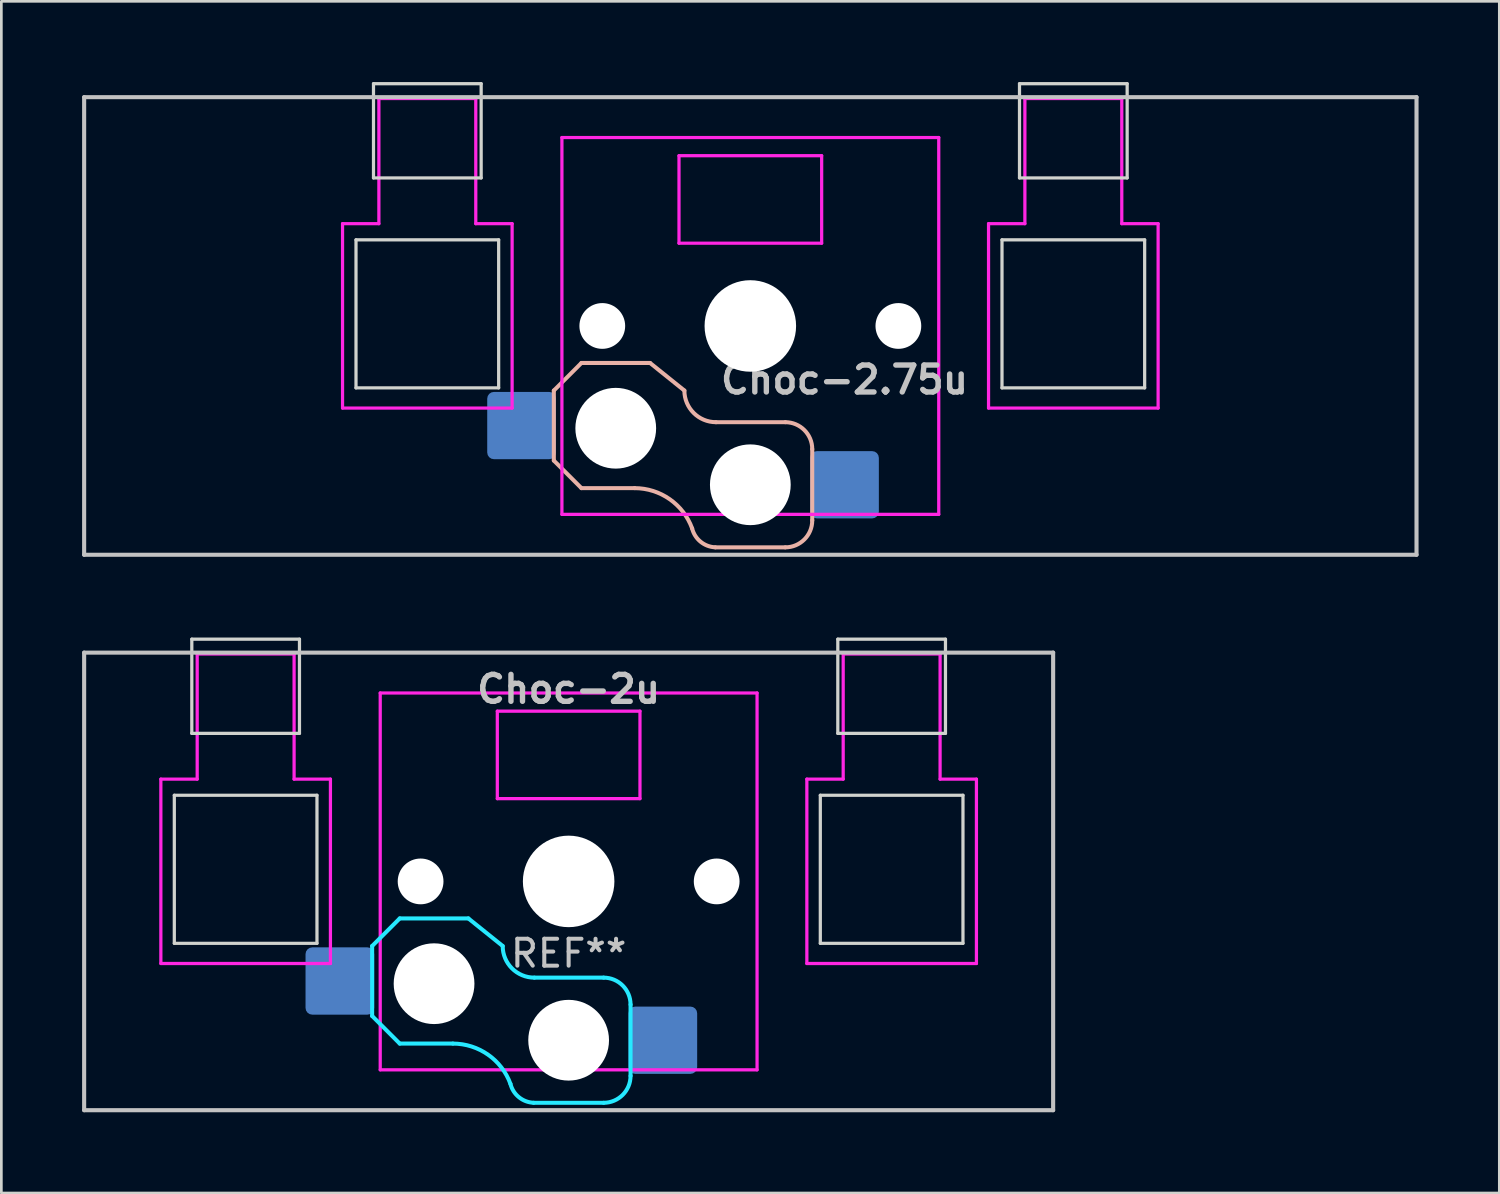
<source format=kicad_pcb>
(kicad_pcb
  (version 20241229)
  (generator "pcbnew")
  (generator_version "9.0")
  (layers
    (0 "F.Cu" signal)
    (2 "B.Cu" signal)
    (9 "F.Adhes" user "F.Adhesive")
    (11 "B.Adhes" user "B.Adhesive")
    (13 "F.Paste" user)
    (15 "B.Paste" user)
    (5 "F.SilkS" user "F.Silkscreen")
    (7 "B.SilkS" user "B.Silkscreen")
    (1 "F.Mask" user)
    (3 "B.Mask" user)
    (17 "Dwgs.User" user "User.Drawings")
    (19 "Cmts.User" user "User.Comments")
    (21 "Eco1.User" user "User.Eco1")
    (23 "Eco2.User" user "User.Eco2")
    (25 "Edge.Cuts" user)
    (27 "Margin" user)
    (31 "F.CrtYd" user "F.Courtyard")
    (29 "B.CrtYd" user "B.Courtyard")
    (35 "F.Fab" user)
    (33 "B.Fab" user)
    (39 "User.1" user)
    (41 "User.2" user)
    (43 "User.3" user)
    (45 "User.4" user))
  (footprint "Choc-2u"
    (layer "F.Cu")
    (at 18.076 29.696)
    (property "Reference" "Choc-2u" (at 0 -7.144 180) (layer "Dwgs.User") (effects (font (size 1 1) (thickness 0.2))))
    (attr through_hole)
    (fp_line (start -18 -8.5) (end 18 -8.5) (stroke (width 0.152) (type solid)) (layer "Dwgs.User"))
    (fp_line (start -18 8.5) (end -18 -8.5) (stroke (width 0.152) (type solid)) (layer "Dwgs.User"))
    (fp_line (start 18 -8.5) (end 18 8.5) (stroke (width 0.152) (type solid)) (layer "Dwgs.User"))
    (fp_line (start 18 8.5) (end -18 8.5) (stroke (width 0.152) (type solid)) (layer "Dwgs.User"))
    (fp_line (start -14.65 -3.2) (end -14.65 2.3) (stroke (width 0.12) (type solid)) (layer "Edge.Cuts"))
    (fp_line (start -14.65 -3.2) (end -9.35 -3.2) (stroke (width 0.12) (type solid)) (layer "Edge.Cuts"))
    (fp_line (start -14.65 2.3) (end -9.35 2.3) (stroke (width 0.12) (type solid)) (layer "Edge.Cuts"))
    (fp_line (start -14 -9) (end -14 -5.5) (stroke (width 0.12) (type solid)) (layer "Edge.Cuts"))
    (fp_line (start -14 -9) (end -10 -9) (stroke (width 0.12) (type solid)) (layer "Edge.Cuts"))
    (fp_line (start -14 -5.5) (end -10 -5.5) (stroke (width 0.12) (type solid)) (layer "Edge.Cuts"))
    (fp_line (start -10 -5.5) (end -10 -9) (stroke (width 0.12) (type solid)) (layer "Edge.Cuts"))
    (fp_line (start -9.35 2.3) (end -9.35 -3.2) (stroke (width 0.12) (type solid)) (layer "Edge.Cuts"))
    (fp_line (start 9.35 -3.2) (end 9.35 2.3) (stroke (width 0.12) (type solid)) (layer "Edge.Cuts"))
    (fp_line (start 9.35 -3.2) (end 14.65 -3.2) (stroke (width 0.12) (type solid)) (layer "Edge.Cuts"))
    (fp_line (start 9.35 2.3) (end 14.65 2.3) (stroke (width 0.12) (type solid)) (layer "Edge.Cuts"))
    (fp_line (start 10 -9) (end 10 -5.5) (stroke (width 0.12) (type solid)) (layer "Edge.Cuts"))
    (fp_line (start 10 -9) (end 14 -9) (stroke (width 0.12) (type solid)) (layer "Edge.Cuts"))
    (fp_line (start 10 -5.5) (end 14 -5.5) (stroke (width 0.12) (type solid)) (layer "Edge.Cuts"))
    (fp_line (start 14 -5.5) (end 14 -9) (stroke (width 0.12) (type solid)) (layer "Edge.Cuts"))
    (fp_line (start 14.65 2.3) (end 14.65 -3.2) (stroke (width 0.12) (type solid)) (layer "Edge.Cuts"))
    (fp_line (start -7.3 2.4) (end -7.3 5) (stroke (width 0.15) (type solid)) (layer "B.CrtYd"))
    (fp_line (start -7.3 2.4) (end -6.275 1.375) (stroke (width 0.15) (type solid)) (layer "B.CrtYd"))
    (fp_line (start -7.3 5) (end -6.275 6.025) (stroke (width 0.15) (type solid)) (layer "B.CrtYd"))
    (fp_line (start -4.3 6.025) (end -6.275 6.025) (stroke (width 0.15) (type solid)) (layer "B.CrtYd"))
    (fp_line (start -3.725 1.375) (end -6.275 1.375) (stroke (width 0.15) (type solid)) (layer "B.CrtYd"))
    (fp_line (start -3.725 1.375) (end -2.45 2.4) (stroke (width 0.15) (type solid)) (layer "B.CrtYd"))
    (fp_line (start 1.3 3.575) (end -1.275 3.575) (stroke (width 0.15) (type solid)) (layer "B.CrtYd"))
    (fp_line (start 1.3 8.225) (end -1.3 8.225) (stroke (width 0.15) (type solid)) (layer "B.CrtYd"))
    (fp_line (start 2.3 4.575) (end 2.3 7.225) (stroke (width 0.15) (type solid)) (layer "B.CrtYd"))
    (fp_arc (start -4.3 6.025) (mid -2.995114 6.436429) (end -2.162199 7.521904) (stroke (width 0.15) (type solid)) (layer "B.CrtYd"))
    (fp_arc (start -1.300995 8.223791) (mid -1.848284 8.016021) (end -2.162199 7.521904) (stroke (width 0.15) (type solid)) (layer "B.CrtYd"))
    (fp_arc (start -1.275 3.575) (mid -2.10585 3.23085) (end -2.45 2.4) (stroke (width 0.15) (type solid)) (layer "B.CrtYd"))
    (fp_arc (start 1.3 3.575) (mid 2.007107 3.867893) (end 2.3 4.575) (stroke (width 0.15) (type solid)) (layer "B.CrtYd"))
    (fp_arc (start 2.3 7.225) (mid 2.007107 7.932107) (end 1.3 8.225) (stroke (width 0.15) (type solid)) (layer "B.CrtYd"))
    (fp_line (start -15.15 -3.8) (end -13.8 -3.8) (stroke (width 0.12) (type solid)) (layer "F.CrtYd"))
    (fp_line (start -15.15 3.05) (end -15.15 -3.8) (stroke (width 0.12) (type solid)) (layer "F.CrtYd"))
    (fp_line (start -15.15 3.05) (end -8.85 3.05) (stroke (width 0.12) (type solid)) (layer "F.CrtYd"))
    (fp_line (start -13.8 -8.45) (end -13.8 -3.8) (stroke (width 0.12) (type solid)) (layer "F.CrtYd"))
    (fp_line (start -13.8 -8.45) (end -10.2 -8.45) (stroke (width 0.12) (type solid)) (layer "F.CrtYd"))
    (fp_line (start -10.2 -8.45) (end -10.2 -3.8) (stroke (width 0.12) (type solid)) (layer "F.CrtYd"))
    (fp_line (start -10.2 -3.8) (end -8.85 -3.8) (stroke (width 0.12) (type solid)) (layer "F.CrtYd"))
    (fp_line (start -8.85 3.05) (end -8.85 -3.8) (stroke (width 0.12) (type solid)) (layer "F.CrtYd"))
    (fp_line (start -7 -7) (end -7 7) (stroke (width 0.12) (type solid)) (layer "F.CrtYd"))
    (fp_line (start -7 7) (end 7 7) (stroke (width 0.12) (type solid)) (layer "F.CrtYd"))
    (fp_line (start -2.65 -6.325) (end 2.65 -6.325) (stroke (width 0.12) (type solid)) (layer "F.CrtYd"))
    (fp_line (start -2.65 -3.075) (end -2.65 -6.325) (stroke (width 0.12) (type solid)) (layer "F.CrtYd"))
    (fp_line (start 2.65 -6.325) (end 2.65 -3.075) (stroke (width 0.12) (type solid)) (layer "F.CrtYd"))
    (fp_line (start 2.65 -3.075) (end -2.65 -3.075) (stroke (width 0.12) (type solid)) (layer "F.CrtYd"))
    (fp_line (start 7 -7) (end -7 -7) (stroke (width 0.12) (type solid)) (layer "F.CrtYd"))
    (fp_line (start 7 7) (end 7 -7) (stroke (width 0.12) (type solid)) (layer "F.CrtYd"))
    (fp_line (start 8.85 -3.8) (end 10.2 -3.8) (stroke (width 0.12) (type solid)) (layer "F.CrtYd"))
    (fp_line (start 8.85 3.05) (end 8.85 -3.8) (stroke (width 0.12) (type solid)) (layer "F.CrtYd"))
    (fp_line (start 8.85 3.05) (end 15.15 3.05) (stroke (width 0.12) (type solid)) (layer "F.CrtYd"))
    (fp_line (start 10.2 -8.45) (end 10.2 -3.8) (stroke (width 0.12) (type solid)) (layer "F.CrtYd"))
    (fp_line (start 10.2 -8.45) (end 13.8 -8.45) (stroke (width 0.12) (type solid)) (layer "F.CrtYd"))
    (fp_line (start 13.8 -8.45) (end 13.8 -3.8) (stroke (width 0.12) (type solid)) (layer "F.CrtYd"))
    (fp_line (start 13.8 -3.8) (end 15.15 -3.8) (stroke (width 0.12) (type solid)) (layer "F.CrtYd"))
    (fp_line (start 15.15 3.05) (end 15.15 -3.8) (stroke (width 0.12) (type solid)) (layer "F.CrtYd"))
    (fp_text user "REF**" (at 0 2.675 0) (layer "Dwgs.User") (effects (font (size 1 1) (thickness 0.15))))
    (pad "" np_thru_hole circle (at -5.5 0 180) (size 1.7 1.7) (drill 1.7) (layers "*.Cu" "*.Mask"))
    (pad "" np_thru_hole circle (at -5 3.8 90) (size 3 3) (drill 3) (layers "*.Cu" "*.Mask"))
    (pad "" np_thru_hole circle (at 0 0 90) (size 3.4 3.4) (drill 3.4) (layers "*.Cu" "*.Mask"))
    (pad "" np_thru_hole circle (at 0 5.9 90) (size 3 3) (drill 3) (layers "*.Cu" "*.Mask"))
    (pad "" np_thru_hole circle (at 5.5 0 180) (size 1.7 1.7) (drill 1.7) (layers "*.Cu" "*.Mask"))
    (pad "1" smd roundrect (at -8.5 3.7) (size 2.55 2.5) (layers "B.Cu" "B.Mask" "B.Paste") (roundrect_rratio 0.1))
    (pad "2" smd roundrect (at 3.5 5.9) (size 2.55 2.5) (layers "B.Cu" "B.Mask" "B.Paste") (roundrect_rratio 0.1)))
  (footprint "Choc-2.75u"
    (layer "F.Cu")
    (at 24.826 9.06)
    (property "Reference" "Choc-2.75u" (at 3.5 2 180) (layer "Dwgs.User") (effects (font (size 1 1) (thickness 0.2))))
    (attr through_hole)
    (fp_line (start -7.3 2.4) (end -7.3 5) (stroke (width 0.15) (type solid)) (layer "B.SilkS"))
    (fp_line (start -7.3 2.4) (end -6.275 1.375) (stroke (width 0.15) (type solid)) (layer "B.SilkS"))
    (fp_line (start -7.3 5) (end -6.275 6.025) (stroke (width 0.15) (type solid)) (layer "B.SilkS"))
    (fp_line (start -4.3 6.025) (end -6.275 6.025) (stroke (width 0.15) (type solid)) (layer "B.SilkS"))
    (fp_line (start -3.725 1.375) (end -6.275 1.375) (stroke (width 0.15) (type solid)) (layer "B.SilkS"))
    (fp_line (start -3.725 1.375) (end -2.45 2.4) (stroke (width 0.15) (type solid)) (layer "B.SilkS"))
    (fp_line (start 1.3 3.575) (end -1.275 3.575) (stroke (width 0.15) (type solid)) (layer "B.SilkS"))
    (fp_line (start 1.3 8.225) (end -1.3 8.225) (stroke (width 0.15) (type solid)) (layer "B.SilkS"))
    (fp_line (start 2.3 4.575) (end 2.3 7.225) (stroke (width 0.15) (type solid)) (layer "B.SilkS"))
    (fp_arc (start -4.3 6.025) (mid -2.995114 6.436429) (end -2.162199 7.521904) (stroke (width 0.15) (type solid)) (layer "B.SilkS"))
    (fp_arc (start -1.300995 8.223791) (mid -1.848284 8.016021) (end -2.162199 7.521904) (stroke (width 0.15) (type solid)) (layer "B.SilkS"))
    (fp_arc (start -1.275 3.575) (mid -2.10585 3.23085) (end -2.45 2.4) (stroke (width 0.15) (type solid)) (layer "B.SilkS"))
    (fp_arc (start 1.3 3.575) (mid 2.007107 3.867893) (end 2.3 4.575) (stroke (width 0.15) (type solid)) (layer "B.SilkS"))
    (fp_arc (start 2.3 7.225) (mid 2.007107 7.932107) (end 1.3 8.225) (stroke (width 0.15) (type solid)) (layer "B.SilkS"))
    (fp_line (start -24.75 -8.5) (end 24.75 -8.5) (stroke (width 0.152) (type solid)) (layer "Dwgs.User"))
    (fp_line (start -24.75 8.5) (end -24.75 -8.5) (stroke (width 0.152) (type solid)) (layer "Dwgs.User"))
    (fp_line (start 24.75 -8.5) (end 24.75 8.5) (stroke (width 0.152) (type solid)) (layer "Dwgs.User"))
    (fp_line (start 24.75 8.5) (end -24.75 8.5) (stroke (width 0.152) (type solid)) (layer "Dwgs.User"))
    (fp_line (start -14.65 -3.2) (end -14.65 2.3) (stroke (width 0.12) (type solid)) (layer "Edge.Cuts"))
    (fp_line (start -14.65 -3.2) (end -9.35 -3.2) (stroke (width 0.12) (type solid)) (layer "Edge.Cuts"))
    (fp_line (start -14.65 2.3) (end -9.35 2.3) (stroke (width 0.12) (type solid)) (layer "Edge.Cuts"))
    (fp_line (start -14 -9) (end -14 -5.5) (stroke (width 0.12) (type solid)) (layer "Edge.Cuts"))
    (fp_line (start -14 -9) (end -10 -9) (stroke (width 0.12) (type solid)) (layer "Edge.Cuts"))
    (fp_line (start -14 -5.5) (end -10 -5.5) (stroke (width 0.12) (type solid)) (layer "Edge.Cuts"))
    (fp_line (start -10 -5.5) (end -10 -9) (stroke (width 0.12) (type solid)) (layer "Edge.Cuts"))
    (fp_line (start -9.35 2.3) (end -9.35 -3.2) (stroke (width 0.12) (type solid)) (layer "Edge.Cuts"))
    (fp_line (start 9.35 -3.2) (end 9.35 2.3) (stroke (width 0.12) (type solid)) (layer "Edge.Cuts"))
    (fp_line (start 9.35 -3.2) (end 14.65 -3.2) (stroke (width 0.12) (type solid)) (layer "Edge.Cuts"))
    (fp_line (start 9.35 2.3) (end 14.65 2.3) (stroke (width 0.12) (type solid)) (layer "Edge.Cuts"))
    (fp_line (start 10 -9) (end 10 -5.5) (stroke (width 0.12) (type solid)) (layer "Edge.Cuts"))
    (fp_line (start 10 -9) (end 14 -9) (stroke (width 0.12) (type solid)) (layer "Edge.Cuts"))
    (fp_line (start 10 -5.5) (end 14 -5.5) (stroke (width 0.12) (type solid)) (layer "Edge.Cuts"))
    (fp_line (start 14 -5.5) (end 14 -9) (stroke (width 0.12) (type solid)) (layer "Edge.Cuts"))
    (fp_line (start 14.65 2.3) (end 14.65 -3.2) (stroke (width 0.12) (type solid)) (layer "Edge.Cuts"))
    (fp_line (start -15.15 -3.8) (end -13.8 -3.8) (stroke (width 0.12) (type solid)) (layer "F.CrtYd"))
    (fp_line (start -15.15 3.05) (end -15.15 -3.8) (stroke (width 0.12) (type solid)) (layer "F.CrtYd"))
    (fp_line (start -15.15 3.05) (end -8.85 3.05) (stroke (width 0.12) (type solid)) (layer "F.CrtYd"))
    (fp_line (start -13.8 -8.45) (end -13.8 -3.8) (stroke (width 0.12) (type solid)) (layer "F.CrtYd"))
    (fp_line (start -13.8 -8.45) (end -10.2 -8.45) (stroke (width 0.12) (type solid)) (layer "F.CrtYd"))
    (fp_line (start -10.2 -8.45) (end -10.2 -3.8) (stroke (width 0.12) (type solid)) (layer "F.CrtYd"))
    (fp_line (start -10.2 -3.8) (end -8.85 -3.8) (stroke (width 0.12) (type solid)) (layer "F.CrtYd"))
    (fp_line (start -8.85 3.05) (end -8.85 -3.8) (stroke (width 0.12) (type solid)) (layer "F.CrtYd"))
    (fp_line (start -7 -7) (end -7 7) (stroke (width 0.12) (type solid)) (layer "F.CrtYd"))
    (fp_line (start -7 7) (end 7 7) (stroke (width 0.12) (type solid)) (layer "F.CrtYd"))
    (fp_line (start -2.65 -6.325) (end 2.65 -6.325) (stroke (width 0.12) (type solid)) (layer "F.CrtYd"))
    (fp_line (start -2.65 -3.075) (end -2.65 -6.325) (stroke (width 0.12) (type solid)) (layer "F.CrtYd"))
    (fp_line (start 2.65 -6.325) (end 2.65 -3.075) (stroke (width 0.12) (type solid)) (layer "F.CrtYd"))
    (fp_line (start 2.65 -3.075) (end -2.65 -3.075) (stroke (width 0.12) (type solid)) (layer "F.CrtYd"))
    (fp_line (start 7 -7) (end -7 -7) (stroke (width 0.12) (type solid)) (layer "F.CrtYd"))
    (fp_line (start 7 7) (end 7 -7) (stroke (width 0.12) (type solid)) (layer "F.CrtYd"))
    (fp_line (start 8.85 -3.8) (end 10.2 -3.8) (stroke (width 0.12) (type solid)) (layer "F.CrtYd"))
    (fp_line (start 8.85 3.05) (end 8.85 -3.8) (stroke (width 0.12) (type solid)) (layer "F.CrtYd"))
    (fp_line (start 8.85 3.05) (end 15.15 3.05) (stroke (width 0.12) (type solid)) (layer "F.CrtYd"))
    (fp_line (start 10.2 -8.45) (end 10.2 -3.8) (stroke (width 0.12) (type solid)) (layer "F.CrtYd"))
    (fp_line (start 10.2 -8.45) (end 13.8 -8.45) (stroke (width 0.12) (type solid)) (layer "F.CrtYd"))
    (fp_line (start 13.8 -8.45) (end 13.8 -3.8) (stroke (width 0.12) (type solid)) (layer "F.CrtYd"))
    (fp_line (start 13.8 -3.8) (end 15.15 -3.8) (stroke (width 0.12) (type solid)) (layer "F.CrtYd"))
    (fp_line (start 15.15 3.05) (end 15.15 -3.8) (stroke (width 0.12) (type solid)) (layer "F.CrtYd"))
    (pad "" np_thru_hole circle (at -5.5 0 180) (size 1.7 1.7) (drill 1.7) (layers "*.Cu" "*.Mask"))
    (pad "" np_thru_hole circle (at -5 3.8 90) (size 3 3) (drill 3) (layers "*.Cu" "*.Mask"))
    (pad "" np_thru_hole circle (at 0 0 90) (size 3.4 3.4) (drill 3.4) (layers "*.Cu" "*.Mask"))
    (pad "" np_thru_hole circle (at 0 5.9 90) (size 3 3) (drill 3) (layers "*.Cu" "*.Mask"))
    (pad "" np_thru_hole circle (at 5.5 0 180) (size 1.7 1.7) (drill 1.7) (layers "*.Cu" "*.Mask"))
    (pad "1" smd roundrect (at -8.5 3.7) (size 2.55 2.5) (layers "B.Cu" "B.Mask" "B.Paste") (roundrect_rratio 0.1))
    (pad "2" smd roundrect (at 3.5 5.9) (size 2.55 2.5) (layers "B.Cu" "B.Mask" "B.Paste") (roundrect_rratio 0.1)))
  (gr_rect
    (start -3 -3)
    (end 52.652 41.272)
    (stroke (width 0.1) (type default))
    (fill no)
    (layer "Edge.Cuts")))
</source>
